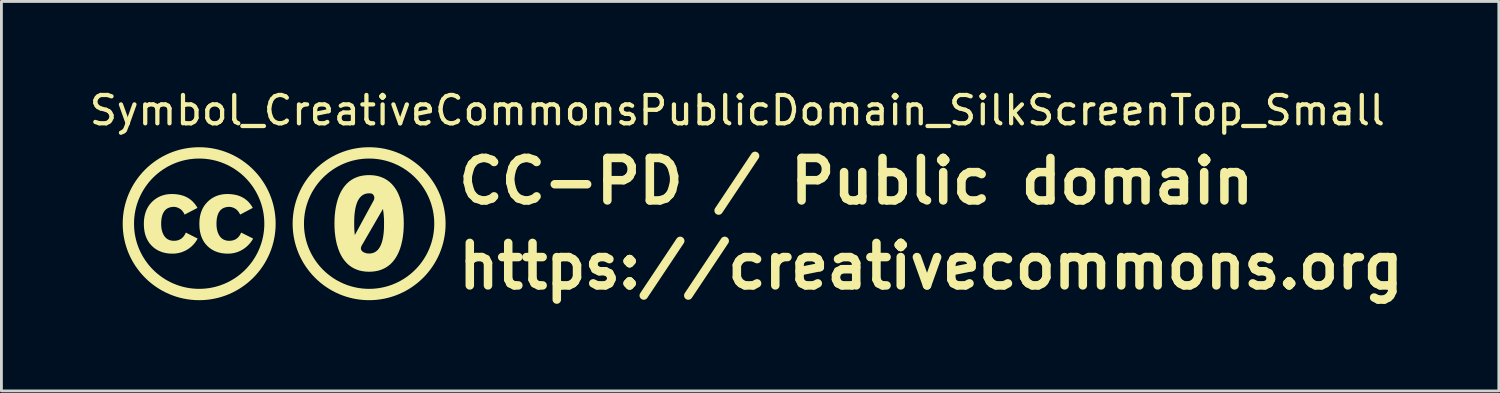
<source format=kicad_pcb>
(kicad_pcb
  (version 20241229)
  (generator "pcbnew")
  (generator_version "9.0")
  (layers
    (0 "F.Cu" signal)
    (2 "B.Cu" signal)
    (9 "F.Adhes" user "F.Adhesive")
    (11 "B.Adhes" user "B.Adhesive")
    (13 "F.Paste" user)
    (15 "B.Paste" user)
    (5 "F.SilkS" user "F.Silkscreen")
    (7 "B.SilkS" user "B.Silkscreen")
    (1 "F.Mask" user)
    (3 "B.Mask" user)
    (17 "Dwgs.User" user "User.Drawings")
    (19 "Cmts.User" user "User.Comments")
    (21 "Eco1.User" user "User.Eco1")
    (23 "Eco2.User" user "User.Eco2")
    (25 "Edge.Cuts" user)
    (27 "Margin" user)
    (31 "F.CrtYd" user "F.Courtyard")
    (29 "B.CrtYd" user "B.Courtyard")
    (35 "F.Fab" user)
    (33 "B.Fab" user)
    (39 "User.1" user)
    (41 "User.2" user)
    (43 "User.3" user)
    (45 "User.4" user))
  (footprint "Symbol_CreativeCommonsPublicDomain_SilkScreenTop_Small"
    (layer "F.Cu")
    (at 22.982 4.848)
    (property "Reference" "Symbol_CreativeCommonsPublicDomain_SilkScreenTop_Small" (at 0 -4 0) (layer "F.SilkS") (effects (font (size 1 1) (thickness 0.15))))
    (attr exclude_from_pos_files exclude_from_bom allow_missing_courtyard)
    (fp_circle (center -19 0) (end -16.5 0) (stroke (width 0.4) (type default)) (fill no) (layer "F.SilkS"))
    (fp_circle (center -13 0) (end -10.5 0) (stroke (width 0.4) (type default)) (fill no) (layer "F.SilkS"))
    (fp_poly (pts (xy -19.884 -1.046) (xy -19.809 -1.04) (xy -19.738 -1.03) (xy -19.669 -1.017) (xy -19.603 -1) (xy -19.539 -0.979) (xy -19.479 -0.954) (xy -19.421 -0.925) (xy -19.366 -0.893) (xy -19.314 -0.856) (xy -19.265 -0.816) (xy -19.218 -0.772) (xy -19.175 -0.724) (xy -19.134 -0.673) (xy -19.095 -0.617) (xy -19.06 -0.558) (xy -19.514 -0.322) (xy -19.523 -0.341) (xy -19.532 -0.358) (xy -19.542 -0.375) (xy -19.552 -0.392) (xy -19.562 -0.408) (xy -19.573 -0.423) (xy -19.583 -0.437) (xy -19.594 -0.45) (xy -19.606 -0.463) (xy -19.617 -0.476) (xy -19.629 -0.487) (xy -19.641 -0.498) (xy -19.653 -0.508) (xy -19.666 -0.517) (xy -19.679 -0.526) (xy -19.692 -0.534) (xy -19.705 -0.541) (xy -19.718 -0.548) (xy -19.731 -0.554) (xy -19.744 -0.56) (xy -19.757 -0.566) (xy -19.769 -0.57) (xy -19.782 -0.575) (xy -19.794 -0.579) (xy -19.806 -0.583) (xy -19.818 -0.586) (xy -19.83 -0.588) (xy -19.842 -0.59) (xy -19.854 -0.592) (xy -19.866 -0.593) (xy -19.877 -0.594) (xy -19.889 -0.594) (xy -19.916 -0.594) (xy -19.943 -0.592) (xy -19.97 -0.589) (xy -19.995 -0.585) (xy -20.019 -0.58) (xy -20.043 -0.573) (xy -20.065 -0.565) (xy -20.087 -0.557) (xy -20.108 -0.547) (xy -20.128 -0.536) (xy -20.147 -0.523) (xy -20.165 -0.51) (xy -20.182 -0.495) (xy -20.199 -0.48) (xy -20.214 -0.463) (xy -20.229 -0.444) (xy -20.242 -0.425) (xy -20.255 -0.405) (xy -20.267 -0.383) (xy -20.278 -0.36) (xy -20.289 -0.336) (xy -20.298 -0.311) (xy -20.306 -0.285) (xy -20.314 -0.257) (xy -20.32 -0.229) (xy -20.326 -0.199) (xy -20.331 -0.168) (xy -20.335 -0.136) (xy -20.338 -0.102) (xy -20.34 -0.068) (xy -20.342 -0.032) (xy -20.342 0.005) (xy -20.342 0.038) (xy -20.34 0.071) (xy -20.338 0.103) (xy -20.335 0.134) (xy -20.331 0.164) (xy -20.326 0.193) (xy -20.32 0.222) (xy -20.313 0.249) (xy -20.306 0.276) (xy -20.297 0.302) (xy -20.288 0.327) (xy -20.278 0.351) (xy -20.266 0.375) (xy -20.254 0.397) (xy -20.241 0.419) (xy -20.227 0.44) (xy -20.213 0.46) (xy -20.197 0.478) (xy -20.18 0.495) (xy -20.163 0.511) (xy -20.154 0.519) (xy -20.145 0.526) (xy -20.135 0.533) (xy -20.126 0.539) (xy -20.116 0.546) (xy -20.106 0.552) (xy -20.096 0.557) (xy -20.085 0.562) (xy -20.064 0.572) (xy -20.041 0.58) (xy -20.018 0.587) (xy -19.994 0.593) (xy -19.969 0.598) (xy -19.943 0.601) (xy -19.916 0.603) (xy -19.889 0.603) (xy -19.852 0.602) (xy -19.817 0.599) (xy -19.784 0.593) (xy -19.751 0.585) (xy -19.72 0.575) (xy -19.691 0.562) (xy -19.663 0.548) (xy -19.636 0.531) (xy -19.611 0.511) (xy -19.587 0.49) (xy -19.564 0.466) (xy -19.543 0.44) (xy -19.523 0.412) (xy -19.504 0.381) (xy -19.487 0.348) (xy -19.471 0.313) (xy -19.054 0.525) (xy -19.071 0.555) (xy -19.089 0.585) (xy -19.107 0.614) (xy -19.127 0.642) (xy -19.147 0.669) (xy -19.168 0.696) (xy -19.19 0.721) (xy -19.213 0.746) (xy -19.236 0.77) (xy -19.26 0.793) (xy -19.285 0.816) (xy -19.311 0.837) (xy -19.338 0.858) (xy -19.366 0.878) (xy -19.394 0.897) (xy -19.423 0.915) (xy -19.453 0.932) (xy -19.483 0.948) (xy -19.513 0.963) (xy -19.544 0.977) (xy -19.575 0.99) (xy -19.606 1.001) (xy -19.638 1.012) (xy -19.671 1.021) (xy -19.703 1.03) (xy -19.737 1.037) (xy -19.77 1.043) (xy -19.804 1.048) (xy -19.838 1.052) (xy -19.873 1.055) (xy -19.908 1.056) (xy -19.943 1.057) (xy -19.999 1.056) (xy -20.054 1.053) (xy -20.107 1.047) (xy -20.159 1.04) (xy -20.209 1.03) (xy -20.258 1.018) (xy -20.306 1.004) (xy -20.353 0.987) (xy -20.398 0.969) (xy -20.441 0.948) (xy -20.484 0.925) (xy -20.525 0.9) (xy -20.564 0.873) (xy -20.603 0.844) (xy -20.639 0.812) (xy -20.675 0.779) (xy -20.708 0.743) (xy -20.74 0.706) (xy -20.769 0.667) (xy -20.796 0.626) (xy -20.821 0.584) (xy -20.844 0.539) (xy -20.865 0.494) (xy -20.883 0.446) (xy -20.9 0.397) (xy -20.914 0.346) (xy -20.926 0.293) (xy -20.936 0.239) (xy -20.943 0.183) (xy -20.949 0.125) (xy -20.952 0.066) (xy -20.953 0.005) (xy -20.952 -0.055) (xy -20.949 -0.113) (xy -20.943 -0.17) (xy -20.935 -0.225) (xy -20.925 -0.278) (xy -20.913 -0.33) (xy -20.899 -0.38) (xy -20.883 -0.429) (xy -20.864 -0.476) (xy -20.843 -0.522) (xy -20.82 -0.566) (xy -20.795 -0.609) (xy -20.767 -0.65) (xy -20.738 -0.689) (xy -20.706 -0.727) (xy -20.672 -0.763) (xy -20.636 -0.798) (xy -20.599 -0.83) (xy -20.561 -0.86) (xy -20.522 -0.888) (xy -20.482 -0.913) (xy -20.44 -0.937) (xy -20.397 -0.958) (xy -20.353 -0.977) (xy -20.308 -0.993) (xy -20.262 -1.008) (xy -20.215 -1.02) (xy -20.167 -1.03) (xy -20.117 -1.038) (xy -20.066 -1.043) (xy -20.014 -1.047) (xy -19.961 -1.048)) (stroke (width 0) (type solid)) (fill yes) (layer "F.SilkS"))
    (fp_poly (pts (xy -17.924 -1.046) (xy -17.85 -1.04) (xy -17.779 -1.03) (xy -17.71 -1.017) (xy -17.644 -1) (xy -17.581 -0.979) (xy -17.521 -0.954) (xy -17.463 -0.925) (xy -17.409 -0.893) (xy -17.357 -0.856) (xy -17.308 -0.816) (xy -17.262 -0.772) (xy -17.219 -0.724) (xy -17.179 -0.673) (xy -17.141 -0.617) (xy -17.107 -0.558) (xy -17.107 -0.558) (xy -17.554 -0.322) (xy -17.563 -0.341) (xy -17.573 -0.358) (xy -17.582 -0.375) (xy -17.592 -0.392) (xy -17.603 -0.408) (xy -17.613 -0.423) (xy -17.624 -0.437) (xy -17.635 -0.45) (xy -17.646 -0.463) (xy -17.658 -0.476) (xy -17.67 -0.487) (xy -17.682 -0.498) (xy -17.694 -0.508) (xy -17.707 -0.517) (xy -17.719 -0.526) (xy -17.733 -0.534) (xy -17.746 -0.541) (xy -17.759 -0.548) (xy -17.772 -0.554) (xy -17.785 -0.56) (xy -17.798 -0.566) (xy -17.811 -0.57) (xy -17.824 -0.575) (xy -17.836 -0.579) (xy -17.849 -0.583) (xy -17.861 -0.586) (xy -17.874 -0.588) (xy -17.886 -0.59) (xy -17.899 -0.592) (xy -17.911 -0.593) (xy -17.923 -0.594) (xy -17.935 -0.594) (xy -17.963 -0.594) (xy -17.99 -0.592) (xy -18.016 -0.589) (xy -18.041 -0.585) (xy -18.066 -0.58) (xy -18.089 -0.573) (xy -18.112 -0.565) (xy -18.134 -0.557) (xy -18.154 -0.547) (xy -18.174 -0.536) (xy -18.193 -0.523) (xy -18.212 -0.51) (xy -18.229 -0.495) (xy -18.245 -0.48) (xy -18.261 -0.463) (xy -18.275 -0.444) (xy -18.289 -0.425) (xy -18.302 -0.405) (xy -18.314 -0.383) (xy -18.325 -0.36) (xy -18.335 -0.336) (xy -18.344 -0.311) (xy -18.353 -0.285) (xy -18.36 -0.257) (xy -18.367 -0.229) (xy -18.373 -0.199) (xy -18.378 -0.168) (xy -18.382 -0.136) (xy -18.385 -0.102) (xy -18.387 -0.068) (xy -18.388 -0.032) (xy -18.389 0.005) (xy -18.388 0.038) (xy -18.387 0.071) (xy -18.385 0.103) (xy -18.382 0.134) (xy -18.378 0.164) (xy -18.373 0.193) (xy -18.367 0.222) (xy -18.36 0.249) (xy -18.352 0.276) (xy -18.344 0.302) (xy -18.334 0.327) (xy -18.324 0.351) (xy -18.313 0.375) (xy -18.301 0.397) (xy -18.288 0.419) (xy -18.274 0.44) (xy -18.259 0.46) (xy -18.243 0.478) (xy -18.227 0.495) (xy -18.218 0.504) (xy -18.21 0.511) (xy -18.201 0.519) (xy -18.191 0.526) (xy -18.182 0.533) (xy -18.172 0.539) (xy -18.163 0.546) (xy -18.153 0.552) (xy -18.142 0.557) (xy -18.132 0.562) (xy -18.11 0.572) (xy -18.088 0.58) (xy -18.064 0.587) (xy -18.04 0.593) (xy -18.015 0.598) (xy -17.989 0.601) (xy -17.963 0.603) (xy -17.935 0.603) (xy -17.899 0.602) (xy -17.864 0.599) (xy -17.83 0.593) (xy -17.798 0.585) (xy -17.767 0.575) (xy -17.738 0.562) (xy -17.709 0.548) (xy -17.683 0.531) (xy -17.657 0.511) (xy -17.633 0.49) (xy -17.611 0.466) (xy -17.589 0.44) (xy -17.569 0.412) (xy -17.551 0.381) (xy -17.534 0.348) (xy -17.518 0.313) (xy -17.095 0.525) (xy -17.112 0.555) (xy -17.131 0.585) (xy -17.15 0.614) (xy -17.17 0.642) (xy -17.191 0.669) (xy -17.213 0.696) (xy -17.235 0.721) (xy -17.258 0.746) (xy -17.282 0.77) (xy -17.306 0.793) (xy -17.332 0.816) (xy -17.358 0.837) (xy -17.384 0.858) (xy -17.412 0.878) (xy -17.44 0.897) (xy -17.469 0.915) (xy -17.499 0.932) (xy -17.529 0.948) (xy -17.559 0.963) (xy -17.59 0.977) (xy -17.621 0.99) (xy -17.652 1.001) (xy -17.684 1.012) (xy -17.716 1.021) (xy -17.748 1.03) (xy -17.781 1.037) (xy -17.814 1.043) (xy -17.847 1.048) (xy -17.881 1.052) (xy -17.915 1.055) (xy -17.949 1.056) (xy -17.983 1.057) (xy -18.04 1.056) (xy -18.095 1.053) (xy -18.149 1.047) (xy -18.202 1.04) (xy -18.253 1.03) (xy -18.302 1.018) (xy -18.35 1.004) (xy -18.397 0.987) (xy -18.442 0.969) (xy -18.486 0.948) (xy -18.528 0.925) (xy -18.569 0.9) (xy -18.608 0.873) (xy -18.646 0.844) (xy -18.683 0.812) (xy -18.718 0.779) (xy -18.751 0.743) (xy -18.783 0.706) (xy -18.812 0.667) (xy -18.839 0.626) (xy -18.863 0.584) (xy -18.886 0.539) (xy -18.906 0.494) (xy -18.925 0.446) (xy -18.941 0.397) (xy -18.955 0.346) (xy -18.967 0.293) (xy -18.976 0.239) (xy -18.984 0.183) (xy -18.989 0.125) (xy -18.992 0.066) (xy -18.993 0.005) (xy -18.992 -0.055) (xy -18.989 -0.113) (xy -18.984 -0.17) (xy -18.976 -0.225) (xy -18.966 -0.278) (xy -18.954 -0.33) (xy -18.94 -0.38) (xy -18.923 -0.429) (xy -18.904 -0.476) (xy -18.884 -0.522) (xy -18.861 -0.566) (xy -18.835 -0.609) (xy -18.808 -0.65) (xy -18.778 -0.689) (xy -18.746 -0.727) (xy -18.712 -0.763) (xy -18.676 -0.798) (xy -18.64 -0.83) (xy -18.602 -0.86) (xy -18.562 -0.888) (xy -18.522 -0.913) (xy -18.48 -0.937) (xy -18.438 -0.958) (xy -18.394 -0.977) (xy -18.349 -0.993) (xy -18.303 -1.008) (xy -18.256 -1.02) (xy -18.207 -1.03) (xy -18.157 -1.038) (xy -18.107 -1.043) (xy -18.055 -1.047) (xy -18.002 -1.048)) (stroke (width 0) (type solid)) (fill yes) (layer "F.SilkS"))
    (fp_poly (pts (xy -12.91 -1.713) (xy -12.825 -1.705) (xy -12.744 -1.692) (xy -12.667 -1.675) (xy -12.593 -1.652) (xy -12.524 -1.625) (xy -12.458 -1.594) (xy -12.396 -1.559) (xy -12.338 -1.52) (xy -12.283 -1.478) (xy -12.231 -1.432) (xy -12.183 -1.382) (xy -12.138 -1.33) (xy -12.096 -1.275) (xy -12.057 -1.217) (xy -12.021 -1.156) (xy -11.988 -1.094) (xy -11.958 -1.029) (xy -11.905 -0.894) (xy -11.863 -0.752) (xy -11.829 -0.607) (xy -11.805 -0.458) (xy -11.788 -0.308) (xy -11.779 -0.158) (xy -11.776 -0.01) (xy -11.779 0.138) (xy -11.788 0.288) (xy -11.805 0.438) (xy -11.829 0.587) (xy -11.863 0.732) (xy -11.883 0.804) (xy -11.905 0.874) (xy -11.93 0.942) (xy -11.958 1.009) (xy -11.988 1.074) (xy -12.021 1.136) (xy -12.057 1.197) (xy -12.096 1.255) (xy -12.138 1.31) (xy -12.183 1.362) (xy -12.231 1.412) (xy -12.283 1.458) (xy -12.338 1.5) (xy -12.396 1.539) (xy -12.458 1.574) (xy -12.524 1.605) (xy -12.593 1.632) (xy -12.667 1.655) (xy -12.744 1.672) (xy -12.825 1.685) (xy -12.91 1.693) (xy -13 1.696) (xy -13.09 1.693) (xy -13.175 1.685) (xy -13.256 1.672) (xy -13.334 1.655) (xy -13.407 1.632) (xy -13.476 1.605) (xy -13.542 1.574) (xy -13.604 1.539) (xy -13.663 1.5) (xy -13.718 1.458) (xy -13.769 1.412) (xy -13.817 1.362) (xy -13.862 1.31) (xy -13.904 1.255) (xy -13.943 1.197) (xy -13.979 1.136) (xy -14.012 1.074) (xy -14.042 1.009) (xy -14.095 0.874) (xy -14.095 0.872) (xy -13.29 0.872) (xy -13.289 0.882) (xy -13.288 0.892) (xy -13.286 0.902) (xy -13.284 0.911) (xy -13.28 0.92) (xy -13.276 0.928) (xy -13.272 0.937) (xy -13.267 0.945) (xy -13.261 0.952) (xy -13.255 0.96) (xy -13.249 0.967) (xy -13.241 0.974) (xy -13.234 0.98) (xy -13.226 0.987) (xy -13.217 0.993) (xy -13.209 0.998) (xy -13.199 1.004) (xy -13.18 1.014) (xy -13.16 1.024) (xy -13.156 1.025) (xy -13.152 1.026) (xy -13.148 1.028) (xy -13.144 1.029) (xy -13.136 1.032) (xy -13.129 1.034) (xy -13.124 1.035) (xy -13.119 1.037) (xy -13.115 1.039) (xy -13.11 1.04) (xy -13.097 1.043) (xy -13.084 1.046) (xy -13.071 1.048) (xy -13.057 1.049) (xy -13.043 1.051) (xy -13.029 1.052) (xy -13.015 1.052) (xy -13 1.053) (xy -12.954 1.051) (xy -12.911 1.044) (xy -12.871 1.035) (xy -12.833 1.021) (xy -12.797 1.004) (xy -12.764 0.984) (xy -12.734 0.961) (xy -12.705 0.935) (xy -12.679 0.907) (xy -12.655 0.876) (xy -12.632 0.842) (xy -12.612 0.807) (xy -12.593 0.77) (xy -12.577 0.732) (xy -12.548 0.651) (xy -12.525 0.565) (xy -12.507 0.478) (xy -12.494 0.389) (xy -12.484 0.301) (xy -12.478 0.216) (xy -12.475 0.135) (xy -12.473 -0.01) (xy -12.474 -0.121) (xy -12.476 -0.182) (xy -12.48 -0.247) (xy -12.485 -0.314) (xy -12.492 -0.382) (xy -12.501 -0.451) (xy -12.512 -0.521) (xy -13.241 0.737) (xy -13.25 0.751) (xy -13.258 0.765) (xy -13.265 0.778) (xy -13.271 0.791) (xy -13.276 0.804) (xy -13.28 0.816) (xy -13.284 0.828) (xy -13.287 0.84) (xy -13.288 0.851) (xy -13.289 0.862) (xy -13.29 0.872) (xy -14.095 0.872) (xy -14.138 0.732) (xy -14.171 0.587) (xy -14.195 0.438) (xy -14.212 0.288) (xy -14.221 0.138) (xy -14.224 -0.01) (xy -14.224 -0.01) (xy -13.527 -0.01) (xy -13.526 0.08) (xy -13.525 0.129) (xy -13.523 0.18) (xy -13.52 0.233) (xy -13.516 0.288) (xy -13.511 0.344) (xy -13.504 0.401) (xy -12.853 -0.797) (xy -12.847 -0.807) (xy -12.841 -0.818) (xy -12.836 -0.829) (xy -12.832 -0.839) (xy -12.828 -0.849) (xy -12.825 -0.859) (xy -12.822 -0.869) (xy -12.82 -0.878) (xy -12.818 -0.888) (xy -12.817 -0.897) (xy -12.816 -0.906) (xy -12.816 -0.915) (xy -12.816 -0.923) (xy -12.817 -0.932) (xy -12.818 -0.94) (xy -12.82 -0.948) (xy -12.821 -0.956) (xy -12.824 -0.964) (xy -12.826 -0.972) (xy -12.829 -0.979) (xy -12.833 -0.987) (xy -12.836 -0.994) (xy -12.841 -1.001) (xy -12.845 -1.008) (xy -12.85 -1.015) (xy -12.855 -1.021) (xy -12.86 -1.028) (xy -12.865 -1.034) (xy -12.877 -1.046) (xy -12.89 -1.058) (xy -12.903 -1.061) (xy -12.916 -1.064) (xy -12.929 -1.066) (xy -12.943 -1.068) (xy -12.957 -1.07) (xy -12.971 -1.071) (xy -12.985 -1.072) (xy -13 -1.073) (xy -13.046 -1.07) (xy -13.089 -1.064) (xy -13.129 -1.055) (xy -13.167 -1.041) (xy -13.203 -1.024) (xy -13.236 -1.004) (xy -13.266 -0.981) (xy -13.295 -0.955) (xy -13.321 -0.926) (xy -13.345 -0.896) (xy -13.368 -0.862) (xy -13.388 -0.827) (xy -13.407 -0.79) (xy -13.423 -0.752) (xy -13.452 -0.671) (xy -13.475 -0.585) (xy -13.493 -0.498) (xy -13.506 -0.409) (xy -13.516 -0.322) (xy -13.522 -0.236) (xy -13.525 -0.155) (xy -13.527 -0.01) (xy -14.224 -0.01) (xy -14.221 -0.158) (xy -14.212 -0.308) (xy -14.195 -0.458) (xy -14.171 -0.607) (xy -14.137 -0.752) (xy -14.117 -0.824) (xy -14.095 -0.894) (xy -14.07 -0.962) (xy -14.042 -1.029) (xy -14.012 -1.094) (xy -13.979 -1.156) (xy -13.943 -1.217) (xy -13.904 -1.275) (xy -13.862 -1.33) (xy -13.817 -1.382) (xy -13.769 -1.432) (xy -13.718 -1.478) (xy -13.663 -1.52) (xy -13.604 -1.559) (xy -13.542 -1.594) (xy -13.476 -1.625) (xy -13.407 -1.652) (xy -13.334 -1.675) (xy -13.256 -1.692) (xy -13.175 -1.705) (xy -13.09 -1.713) (xy -13 -1.716)) (stroke (width 0) (type solid)) (fill yes) (layer "F.SilkS"))
    (fp_text user "CC-PD / Public domain" (at -10 -1.5 0) (unlocked yes) (layer "F.SilkS") (effects (font (size 1.5 1.5) (thickness 0.3)) (justify left)))
    (fp_text user "https://creativecommons.org" (at -10 1.5 0) (unlocked yes) (layer "F.SilkS") (effects (font (size 1.5 1.5) (thickness 0.3)) (justify left))))
  (gr_rect
    (start -3 -3)
    (end 49.868 10.752)
    (stroke (width 0.1) (type default))
    (fill no)
    (layer "Edge.Cuts")))
</source>
